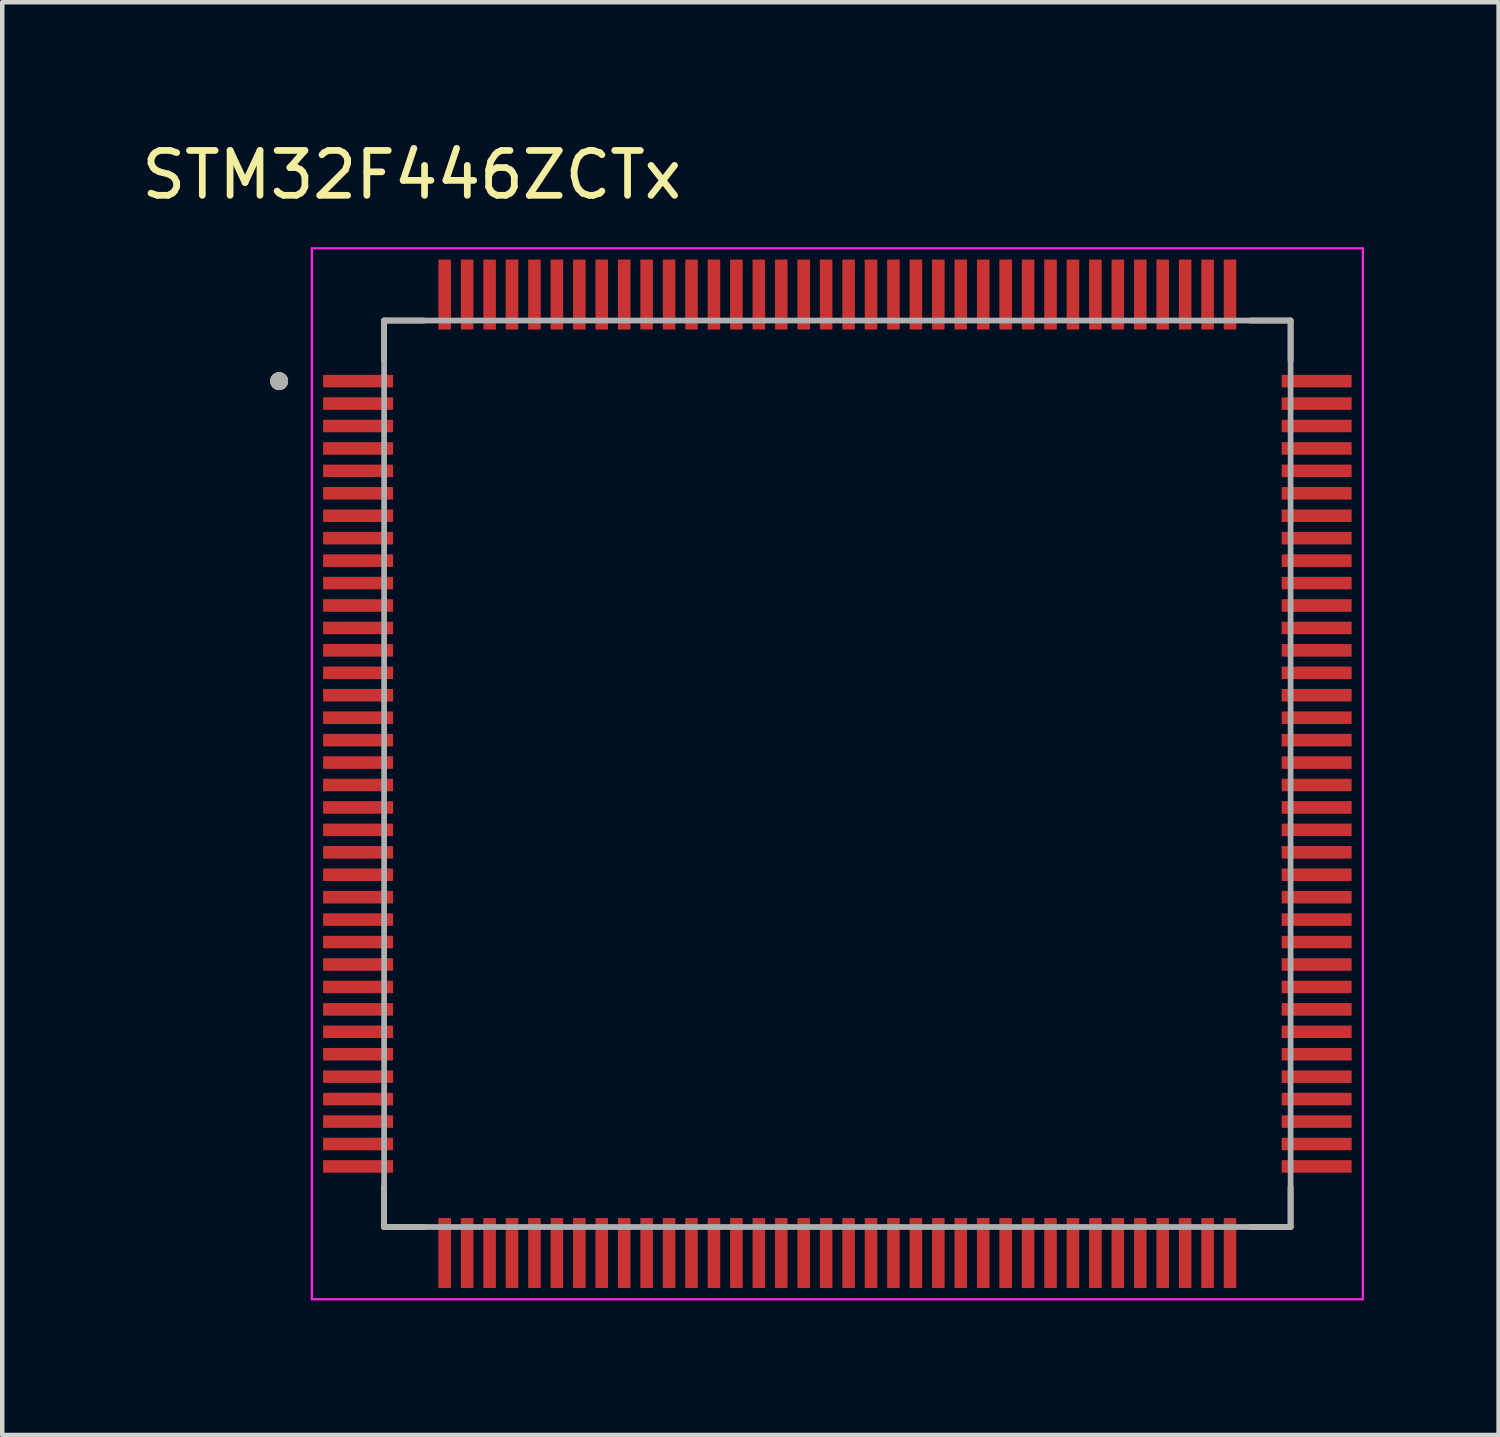
<source format=kicad_pcb>
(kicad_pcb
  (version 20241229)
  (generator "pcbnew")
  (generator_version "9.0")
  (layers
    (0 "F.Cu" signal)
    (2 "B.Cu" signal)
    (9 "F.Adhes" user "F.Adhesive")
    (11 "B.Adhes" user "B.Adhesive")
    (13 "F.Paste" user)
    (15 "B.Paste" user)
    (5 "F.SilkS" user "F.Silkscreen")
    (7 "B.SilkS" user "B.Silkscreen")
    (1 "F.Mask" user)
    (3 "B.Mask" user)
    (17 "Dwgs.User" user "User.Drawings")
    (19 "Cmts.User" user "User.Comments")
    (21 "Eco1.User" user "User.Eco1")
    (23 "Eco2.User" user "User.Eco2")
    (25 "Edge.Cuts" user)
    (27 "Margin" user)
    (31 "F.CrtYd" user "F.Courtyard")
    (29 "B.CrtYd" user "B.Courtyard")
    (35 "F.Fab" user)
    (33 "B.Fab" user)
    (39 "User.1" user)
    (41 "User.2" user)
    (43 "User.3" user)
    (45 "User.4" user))
  (footprint "STM32F446ZCTx"
    (layer "F.Cu")
    (at 15.61 14.193)
    (property "Reference" "STM32F446ZCTx" (at -9.485 -13.345 0) (layer "F.SilkS") (effects (font (size 1 1) (thickness 0.15))))
    (attr through_hole)
    (fp_line (start -10.1 -10.1) (end -10.1 -9.21) (stroke (width 0.127) (type solid)) (layer "F.SilkS"))
    (fp_line (start -10.1 -10.1) (end -9.21 -10.1) (stroke (width 0.127) (type solid)) (layer "F.SilkS"))
    (fp_line (start -10.1 10.1) (end -10.1 9.21) (stroke (width 0.127) (type solid)) (layer "F.SilkS"))
    (fp_line (start -10.1 10.1) (end -9.21 10.1) (stroke (width 0.127) (type solid)) (layer "F.SilkS"))
    (fp_line (start 10.1 -10.1) (end 9.21 -10.1) (stroke (width 0.127) (type solid)) (layer "F.SilkS"))
    (fp_line (start 10.1 -10.1) (end 10.1 -9.21) (stroke (width 0.127) (type solid)) (layer "F.SilkS"))
    (fp_line (start 10.1 10.1) (end 9.21 10.1) (stroke (width 0.127) (type solid)) (layer "F.SilkS"))
    (fp_line (start 10.1 10.1) (end 10.1 9.21) (stroke (width 0.127) (type solid)) (layer "F.SilkS"))
    (fp_circle (center -12.44 -8.75) (end -12.34 -8.75) (stroke (width 0.2) (type solid)) (fill no) (layer "F.SilkS"))
    (fp_line (start -11.71 -11.71) (end 11.71 -11.71) (stroke (width 0.05) (type solid)) (layer "F.CrtYd"))
    (fp_line (start -11.71 11.71) (end -11.71 -11.71) (stroke (width 0.05) (type solid)) (layer "F.CrtYd"))
    (fp_line (start -11.71 11.71) (end 11.71 11.71) (stroke (width 0.05) (type solid)) (layer "F.CrtYd"))
    (fp_line (start 11.71 11.71) (end 11.71 -11.71) (stroke (width 0.05) (type solid)) (layer "F.CrtYd"))
    (fp_line (start -10.1 10.1) (end -10.1 -10.1) (stroke (width 0.127) (type solid)) (layer "F.Fab"))
    (fp_line (start 10.1 -10.1) (end -10.1 -10.1) (stroke (width 0.127) (type solid)) (layer "F.Fab"))
    (fp_line (start 10.1 10.1) (end -10.1 10.1) (stroke (width 0.127) (type solid)) (layer "F.Fab"))
    (fp_line (start 10.1 10.1) (end 10.1 -10.1) (stroke (width 0.127) (type solid)) (layer "F.Fab"))
    (fp_circle (center -12.44 -8.75) (end -12.34 -8.75) (stroke (width 0.2) (type solid)) (fill no) (layer "F.Fab"))
    (pad "1" smd roundrect (at -10.68 -8.75) (size 1.56 0.28) (layers "F.Cu" "F.Mask" "F.Paste") (roundrect_rratio 0.04))
    (pad "2" smd roundrect (at -10.68 -8.25) (size 1.56 0.28) (layers "F.Cu" "F.Mask" "F.Paste") (roundrect_rratio 0.04))
    (pad "3" smd roundrect (at -10.68 -7.75) (size 1.56 0.28) (layers "F.Cu" "F.Mask" "F.Paste") (roundrect_rratio 0.04))
    (pad "4" smd roundrect (at -10.68 -7.25) (size 1.56 0.28) (layers "F.Cu" "F.Mask" "F.Paste") (roundrect_rratio 0.04))
    (pad "5" smd roundrect (at -10.68 -6.75) (size 1.56 0.28) (layers "F.Cu" "F.Mask" "F.Paste") (roundrect_rratio 0.04))
    (pad "6" smd roundrect (at -10.68 -6.25) (size 1.56 0.28) (layers "F.Cu" "F.Mask" "F.Paste") (roundrect_rratio 0.04))
    (pad "7" smd roundrect (at -10.68 -5.75) (size 1.56 0.28) (layers "F.Cu" "F.Mask" "F.Paste") (roundrect_rratio 0.04))
    (pad "8" smd roundrect (at -10.68 -5.25) (size 1.56 0.28) (layers "F.Cu" "F.Mask" "F.Paste") (roundrect_rratio 0.04))
    (pad "9" smd roundrect (at -10.68 -4.75) (size 1.56 0.28) (layers "F.Cu" "F.Mask" "F.Paste") (roundrect_rratio 0.04))
    (pad "10" smd roundrect (at -10.68 -4.25) (size 1.56 0.28) (layers "F.Cu" "F.Mask" "F.Paste") (roundrect_rratio 0.04))
    (pad "11" smd roundrect (at -10.68 -3.75) (size 1.56 0.28) (layers "F.Cu" "F.Mask" "F.Paste") (roundrect_rratio 0.04))
    (pad "12" smd roundrect (at -10.68 -3.25) (size 1.56 0.28) (layers "F.Cu" "F.Mask" "F.Paste") (roundrect_rratio 0.04))
    (pad "13" smd roundrect (at -10.68 -2.75) (size 1.56 0.28) (layers "F.Cu" "F.Mask" "F.Paste") (roundrect_rratio 0.04))
    (pad "14" smd roundrect (at -10.68 -2.25) (size 1.56 0.28) (layers "F.Cu" "F.Mask" "F.Paste") (roundrect_rratio 0.04))
    (pad "15" smd roundrect (at -10.68 -1.75) (size 1.56 0.28) (layers "F.Cu" "F.Mask" "F.Paste") (roundrect_rratio 0.04))
    (pad "16" smd roundrect (at -10.68 -1.25) (size 1.56 0.28) (layers "F.Cu" "F.Mask" "F.Paste") (roundrect_rratio 0.04))
    (pad "17" smd roundrect (at -10.68 -0.75) (size 1.56 0.28) (layers "F.Cu" "F.Mask" "F.Paste") (roundrect_rratio 0.04))
    (pad "18" smd roundrect (at -10.68 -0.25) (size 1.56 0.28) (layers "F.Cu" "F.Mask" "F.Paste") (roundrect_rratio 0.04))
    (pad "19" smd roundrect (at -10.68 0.25) (size 1.56 0.28) (layers "F.Cu" "F.Mask" "F.Paste") (roundrect_rratio 0.04))
    (pad "20" smd roundrect (at -10.68 0.75) (size 1.56 0.28) (layers "F.Cu" "F.Mask" "F.Paste") (roundrect_rratio 0.04))
    (pad "21" smd roundrect (at -10.68 1.25) (size 1.56 0.28) (layers "F.Cu" "F.Mask" "F.Paste") (roundrect_rratio 0.04))
    (pad "22" smd roundrect (at -10.68 1.75) (size 1.56 0.28) (layers "F.Cu" "F.Mask" "F.Paste") (roundrect_rratio 0.04))
    (pad "23" smd roundrect (at -10.68 2.25) (size 1.56 0.28) (layers "F.Cu" "F.Mask" "F.Paste") (roundrect_rratio 0.04))
    (pad "24" smd roundrect (at -10.68 2.75) (size 1.56 0.28) (layers "F.Cu" "F.Mask" "F.Paste") (roundrect_rratio 0.04))
    (pad "25" smd roundrect (at -10.68 3.25) (size 1.56 0.28) (layers "F.Cu" "F.Mask" "F.Paste") (roundrect_rratio 0.04))
    (pad "26" smd roundrect (at -10.68 3.75) (size 1.56 0.28) (layers "F.Cu" "F.Mask" "F.Paste") (roundrect_rratio 0.04))
    (pad "27" smd roundrect (at -10.68 4.25) (size 1.56 0.28) (layers "F.Cu" "F.Mask" "F.Paste") (roundrect_rratio 0.04))
    (pad "28" smd roundrect (at -10.68 4.75) (size 1.56 0.28) (layers "F.Cu" "F.Mask" "F.Paste") (roundrect_rratio 0.04))
    (pad "29" smd roundrect (at -10.68 5.25) (size 1.56 0.28) (layers "F.Cu" "F.Mask" "F.Paste") (roundrect_rratio 0.04))
    (pad "30" smd roundrect (at -10.68 5.75) (size 1.56 0.28) (layers "F.Cu" "F.Mask" "F.Paste") (roundrect_rratio 0.04))
    (pad "31" smd roundrect (at -10.68 6.25) (size 1.56 0.28) (layers "F.Cu" "F.Mask" "F.Paste") (roundrect_rratio 0.04))
    (pad "32" smd roundrect (at -10.68 6.75) (size 1.56 0.28) (layers "F.Cu" "F.Mask" "F.Paste") (roundrect_rratio 0.04))
    (pad "33" smd roundrect (at -10.68 7.25) (size 1.56 0.28) (layers "F.Cu" "F.Mask" "F.Paste") (roundrect_rratio 0.04))
    (pad "34" smd roundrect (at -10.68 7.75) (size 1.56 0.28) (layers "F.Cu" "F.Mask" "F.Paste") (roundrect_rratio 0.04))
    (pad "35" smd roundrect (at -10.68 8.25) (size 1.56 0.28) (layers "F.Cu" "F.Mask" "F.Paste") (roundrect_rratio 0.04))
    (pad "36" smd roundrect (at -10.68 8.75) (size 1.56 0.28) (layers "F.Cu" "F.Mask" "F.Paste") (roundrect_rratio 0.04))
    (pad "37" smd roundrect (at -8.75 10.68 90) (size 1.56 0.28) (layers "F.Cu" "F.Mask" "F.Paste") (roundrect_rratio 0.04))
    (pad "38" smd roundrect (at -8.25 10.68 90) (size 1.56 0.28) (layers "F.Cu" "F.Mask" "F.Paste") (roundrect_rratio 0.04))
    (pad "39" smd roundrect (at -7.75 10.68 90) (size 1.56 0.28) (layers "F.Cu" "F.Mask" "F.Paste") (roundrect_rratio 0.04))
    (pad "40" smd roundrect (at -7.25 10.68 90) (size 1.56 0.28) (layers "F.Cu" "F.Mask" "F.Paste") (roundrect_rratio 0.04))
    (pad "41" smd roundrect (at -6.75 10.68 90) (size 1.56 0.28) (layers "F.Cu" "F.Mask" "F.Paste") (roundrect_rratio 0.04))
    (pad "42" smd roundrect (at -6.25 10.68 90) (size 1.56 0.28) (layers "F.Cu" "F.Mask" "F.Paste") (roundrect_rratio 0.04))
    (pad "43" smd roundrect (at -5.75 10.68 90) (size 1.56 0.28) (layers "F.Cu" "F.Mask" "F.Paste") (roundrect_rratio 0.04))
    (pad "44" smd roundrect (at -5.25 10.68 90) (size 1.56 0.28) (layers "F.Cu" "F.Mask" "F.Paste") (roundrect_rratio 0.04))
    (pad "45" smd roundrect (at -4.75 10.68 90) (size 1.56 0.28) (layers "F.Cu" "F.Mask" "F.Paste") (roundrect_rratio 0.04))
    (pad "46" smd roundrect (at -4.25 10.68 90) (size 1.56 0.28) (layers "F.Cu" "F.Mask" "F.Paste") (roundrect_rratio 0.04))
    (pad "47" smd roundrect (at -3.75 10.68 90) (size 1.56 0.28) (layers "F.Cu" "F.Mask" "F.Paste") (roundrect_rratio 0.04))
    (pad "48" smd roundrect (at -3.25 10.68 90) (size 1.56 0.28) (layers "F.Cu" "F.Mask" "F.Paste") (roundrect_rratio 0.04))
    (pad "49" smd roundrect (at -2.75 10.68 90) (size 1.56 0.28) (layers "F.Cu" "F.Mask" "F.Paste") (roundrect_rratio 0.04))
    (pad "50" smd roundrect (at -2.25 10.68 90) (size 1.56 0.28) (layers "F.Cu" "F.Mask" "F.Paste") (roundrect_rratio 0.04))
    (pad "51" smd roundrect (at -1.75 10.68 90) (size 1.56 0.28) (layers "F.Cu" "F.Mask" "F.Paste") (roundrect_rratio 0.04))
    (pad "52" smd roundrect (at -1.25 10.68 90) (size 1.56 0.28) (layers "F.Cu" "F.Mask" "F.Paste") (roundrect_rratio 0.04))
    (pad "53" smd roundrect (at -0.75 10.68 90) (size 1.56 0.28) (layers "F.Cu" "F.Mask" "F.Paste") (roundrect_rratio 0.04))
    (pad "54" smd roundrect (at -0.25 10.68 90) (size 1.56 0.28) (layers "F.Cu" "F.Mask" "F.Paste") (roundrect_rratio 0.04))
    (pad "55" smd roundrect (at 0.25 10.68 90) (size 1.56 0.28) (layers "F.Cu" "F.Mask" "F.Paste") (roundrect_rratio 0.04))
    (pad "56" smd roundrect (at 0.75 10.68 90) (size 1.56 0.28) (layers "F.Cu" "F.Mask" "F.Paste") (roundrect_rratio 0.04))
    (pad "57" smd roundrect (at 1.25 10.68 90) (size 1.56 0.28) (layers "F.Cu" "F.Mask" "F.Paste") (roundrect_rratio 0.04))
    (pad "58" smd roundrect (at 1.75 10.68 90) (size 1.56 0.28) (layers "F.Cu" "F.Mask" "F.Paste") (roundrect_rratio 0.04))
    (pad "59" smd roundrect (at 2.25 10.68 90) (size 1.56 0.28) (layers "F.Cu" "F.Mask" "F.Paste") (roundrect_rratio 0.04))
    (pad "60" smd roundrect (at 2.75 10.68 90) (size 1.56 0.28) (layers "F.Cu" "F.Mask" "F.Paste") (roundrect_rratio 0.04))
    (pad "61" smd roundrect (at 3.25 10.68 90) (size 1.56 0.28) (layers "F.Cu" "F.Mask" "F.Paste") (roundrect_rratio 0.04))
    (pad "62" smd roundrect (at 3.75 10.68 90) (size 1.56 0.28) (layers "F.Cu" "F.Mask" "F.Paste") (roundrect_rratio 0.04))
    (pad "63" smd roundrect (at 4.25 10.68 90) (size 1.56 0.28) (layers "F.Cu" "F.Mask" "F.Paste") (roundrect_rratio 0.04))
    (pad "64" smd roundrect (at 4.75 10.68 90) (size 1.56 0.28) (layers "F.Cu" "F.Mask" "F.Paste") (roundrect_rratio 0.04))
    (pad "65" smd roundrect (at 5.25 10.68 90) (size 1.56 0.28) (layers "F.Cu" "F.Mask" "F.Paste") (roundrect_rratio 0.04))
    (pad "66" smd roundrect (at 5.75 10.68 90) (size 1.56 0.28) (layers "F.Cu" "F.Mask" "F.Paste") (roundrect_rratio 0.04))
    (pad "67" smd roundrect (at 6.25 10.68 90) (size 1.56 0.28) (layers "F.Cu" "F.Mask" "F.Paste") (roundrect_rratio 0.04))
    (pad "68" smd roundrect (at 6.75 10.68 90) (size 1.56 0.28) (layers "F.Cu" "F.Mask" "F.Paste") (roundrect_rratio 0.04))
    (pad "69" smd roundrect (at 7.25 10.68 90) (size 1.56 0.28) (layers "F.Cu" "F.Mask" "F.Paste") (roundrect_rratio 0.04))
    (pad "70" smd roundrect (at 7.75 10.68 90) (size 1.56 0.28) (layers "F.Cu" "F.Mask" "F.Paste") (roundrect_rratio 0.04))
    (pad "71" smd roundrect (at 8.25 10.68 90) (size 1.56 0.28) (layers "F.Cu" "F.Mask" "F.Paste") (roundrect_rratio 0.04))
    (pad "72" smd roundrect (at 8.75 10.68 90) (size 1.56 0.28) (layers "F.Cu" "F.Mask" "F.Paste") (roundrect_rratio 0.04))
    (pad "73" smd roundrect (at 10.68 8.75) (size 1.56 0.28) (layers "F.Cu" "F.Mask" "F.Paste") (roundrect_rratio 0.04))
    (pad "74" smd roundrect (at 10.68 8.25) (size 1.56 0.28) (layers "F.Cu" "F.Mask" "F.Paste") (roundrect_rratio 0.04))
    (pad "75" smd roundrect (at 10.68 7.75) (size 1.56 0.28) (layers "F.Cu" "F.Mask" "F.Paste") (roundrect_rratio 0.04))
    (pad "76" smd roundrect (at 10.68 7.25) (size 1.56 0.28) (layers "F.Cu" "F.Mask" "F.Paste") (roundrect_rratio 0.04))
    (pad "77" smd roundrect (at 10.68 6.75) (size 1.56 0.28) (layers "F.Cu" "F.Mask" "F.Paste") (roundrect_rratio 0.04))
    (pad "78" smd roundrect (at 10.68 6.25) (size 1.56 0.28) (layers "F.Cu" "F.Mask" "F.Paste") (roundrect_rratio 0.04))
    (pad "79" smd roundrect (at 10.68 5.75) (size 1.56 0.28) (layers "F.Cu" "F.Mask" "F.Paste") (roundrect_rratio 0.04))
    (pad "80" smd roundrect (at 10.68 5.25) (size 1.56 0.28) (layers "F.Cu" "F.Mask" "F.Paste") (roundrect_rratio 0.04))
    (pad "81" smd roundrect (at 10.68 4.75) (size 1.56 0.28) (layers "F.Cu" "F.Mask" "F.Paste") (roundrect_rratio 0.04))
    (pad "82" smd roundrect (at 10.68 4.25) (size 1.56 0.28) (layers "F.Cu" "F.Mask" "F.Paste") (roundrect_rratio 0.04))
    (pad "83" smd roundrect (at 10.68 3.75) (size 1.56 0.28) (layers "F.Cu" "F.Mask" "F.Paste") (roundrect_rratio 0.04))
    (pad "84" smd roundrect (at 10.68 3.25) (size 1.56 0.28) (layers "F.Cu" "F.Mask" "F.Paste") (roundrect_rratio 0.04))
    (pad "85" smd roundrect (at 10.68 2.75) (size 1.56 0.28) (layers "F.Cu" "F.Mask" "F.Paste") (roundrect_rratio 0.04))
    (pad "86" smd roundrect (at 10.68 2.25) (size 1.56 0.28) (layers "F.Cu" "F.Mask" "F.Paste") (roundrect_rratio 0.04))
    (pad "87" smd roundrect (at 10.68 1.75) (size 1.56 0.28) (layers "F.Cu" "F.Mask" "F.Paste") (roundrect_rratio 0.04))
    (pad "88" smd roundrect (at 10.68 1.25) (size 1.56 0.28) (layers "F.Cu" "F.Mask" "F.Paste") (roundrect_rratio 0.04))
    (pad "89" smd roundrect (at 10.68 0.75) (size 1.56 0.28) (layers "F.Cu" "F.Mask" "F.Paste") (roundrect_rratio 0.04))
    (pad "90" smd roundrect (at 10.68 0.25) (size 1.56 0.28) (layers "F.Cu" "F.Mask" "F.Paste") (roundrect_rratio 0.04))
    (pad "91" smd roundrect (at 10.68 -0.25) (size 1.56 0.28) (layers "F.Cu" "F.Mask" "F.Paste") (roundrect_rratio 0.04))
    (pad "92" smd roundrect (at 10.68 -0.75) (size 1.56 0.28) (layers "F.Cu" "F.Mask" "F.Paste") (roundrect_rratio 0.04))
    (pad "93" smd roundrect (at 10.68 -1.25) (size 1.56 0.28) (layers "F.Cu" "F.Mask" "F.Paste") (roundrect_rratio 0.04))
    (pad "94" smd roundrect (at 10.68 -1.75) (size 1.56 0.28) (layers "F.Cu" "F.Mask" "F.Paste") (roundrect_rratio 0.04))
    (pad "95" smd roundrect (at 10.68 -2.25) (size 1.56 0.28) (layers "F.Cu" "F.Mask" "F.Paste") (roundrect_rratio 0.04))
    (pad "96" smd roundrect (at 10.68 -2.75) (size 1.56 0.28) (layers "F.Cu" "F.Mask" "F.Paste") (roundrect_rratio 0.04))
    (pad "97" smd roundrect (at 10.68 -3.25) (size 1.56 0.28) (layers "F.Cu" "F.Mask" "F.Paste") (roundrect_rratio 0.04))
    (pad "98" smd roundrect (at 10.68 -3.75) (size 1.56 0.28) (layers "F.Cu" "F.Mask" "F.Paste") (roundrect_rratio 0.04))
    (pad "99" smd roundrect (at 10.68 -4.25) (size 1.56 0.28) (layers "F.Cu" "F.Mask" "F.Paste") (roundrect_rratio 0.04))
    (pad "100" smd roundrect (at 10.68 -4.75) (size 1.56 0.28) (layers "F.Cu" "F.Mask" "F.Paste") (roundrect_rratio 0.04))
    (pad "101" smd roundrect (at 10.68 -5.25) (size 1.56 0.28) (layers "F.Cu" "F.Mask" "F.Paste") (roundrect_rratio 0.04))
    (pad "102" smd roundrect (at 10.68 -5.75) (size 1.56 0.28) (layers "F.Cu" "F.Mask" "F.Paste") (roundrect_rratio 0.04))
    (pad "103" smd roundrect (at 10.68 -6.25) (size 1.56 0.28) (layers "F.Cu" "F.Mask" "F.Paste") (roundrect_rratio 0.04))
    (pad "104" smd roundrect (at 10.68 -6.75) (size 1.56 0.28) (layers "F.Cu" "F.Mask" "F.Paste") (roundrect_rratio 0.04))
    (pad "105" smd roundrect (at 10.68 -7.25) (size 1.56 0.28) (layers "F.Cu" "F.Mask" "F.Paste") (roundrect_rratio 0.04))
    (pad "106" smd roundrect (at 10.68 -7.75) (size 1.56 0.28) (layers "F.Cu" "F.Mask" "F.Paste") (roundrect_rratio 0.04))
    (pad "107" smd roundrect (at 10.68 -8.25) (size 1.56 0.28) (layers "F.Cu" "F.Mask" "F.Paste") (roundrect_rratio 0.04))
    (pad "108" smd roundrect (at 10.68 -8.75) (size 1.56 0.28) (layers "F.Cu" "F.Mask" "F.Paste") (roundrect_rratio 0.04))
    (pad "109" smd roundrect (at 8.75 -10.68 90) (size 1.56 0.28) (layers "F.Cu" "F.Mask" "F.Paste") (roundrect_rratio 0.04))
    (pad "110" smd roundrect (at 8.25 -10.68 90) (size 1.56 0.28) (layers "F.Cu" "F.Mask" "F.Paste") (roundrect_rratio 0.04))
    (pad "111" smd roundrect (at 7.75 -10.68 90) (size 1.56 0.28) (layers "F.Cu" "F.Mask" "F.Paste") (roundrect_rratio 0.04))
    (pad "112" smd roundrect (at 7.25 -10.68 90) (size 1.56 0.28) (layers "F.Cu" "F.Mask" "F.Paste") (roundrect_rratio 0.04))
    (pad "113" smd roundrect (at 6.75 -10.68 90) (size 1.56 0.28) (layers "F.Cu" "F.Mask" "F.Paste") (roundrect_rratio 0.04))
    (pad "114" smd roundrect (at 6.25 -10.68 90) (size 1.56 0.28) (layers "F.Cu" "F.Mask" "F.Paste") (roundrect_rratio 0.04))
    (pad "115" smd roundrect (at 5.75 -10.68 90) (size 1.56 0.28) (layers "F.Cu" "F.Mask" "F.Paste") (roundrect_rratio 0.04))
    (pad "116" smd roundrect (at 5.25 -10.68 90) (size 1.56 0.28) (layers "F.Cu" "F.Mask" "F.Paste") (roundrect_rratio 0.04))
    (pad "117" smd roundrect (at 4.75 -10.68 90) (size 1.56 0.28) (layers "F.Cu" "F.Mask" "F.Paste") (roundrect_rratio 0.04))
    (pad "118" smd roundrect (at 4.25 -10.68 90) (size 1.56 0.28) (layers "F.Cu" "F.Mask" "F.Paste") (roundrect_rratio 0.04))
    (pad "119" smd roundrect (at 3.75 -10.68 90) (size 1.56 0.28) (layers "F.Cu" "F.Mask" "F.Paste") (roundrect_rratio 0.04))
    (pad "120" smd roundrect (at 3.25 -10.68 90) (size 1.56 0.28) (layers "F.Cu" "F.Mask" "F.Paste") (roundrect_rratio 0.04))
    (pad "121" smd roundrect (at 2.75 -10.68 90) (size 1.56 0.28) (layers "F.Cu" "F.Mask" "F.Paste") (roundrect_rratio 0.04))
    (pad "122" smd roundrect (at 2.25 -10.68 90) (size 1.56 0.28) (layers "F.Cu" "F.Mask" "F.Paste") (roundrect_rratio 0.04))
    (pad "123" smd roundrect (at 1.75 -10.68 90) (size 1.56 0.28) (layers "F.Cu" "F.Mask" "F.Paste") (roundrect_rratio 0.04))
    (pad "124" smd roundrect (at 1.25 -10.68 90) (size 1.56 0.28) (layers "F.Cu" "F.Mask" "F.Paste") (roundrect_rratio 0.04))
    (pad "125" smd roundrect (at 0.75 -10.68 90) (size 1.56 0.28) (layers "F.Cu" "F.Mask" "F.Paste") (roundrect_rratio 0.04))
    (pad "126" smd roundrect (at 0.25 -10.68 90) (size 1.56 0.28) (layers "F.Cu" "F.Mask" "F.Paste") (roundrect_rratio 0.04))
    (pad "127" smd roundrect (at -0.25 -10.68 90) (size 1.56 0.28) (layers "F.Cu" "F.Mask" "F.Paste") (roundrect_rratio 0.04))
    (pad "128" smd roundrect (at -0.75 -10.68 90) (size 1.56 0.28) (layers "F.Cu" "F.Mask" "F.Paste") (roundrect_rratio 0.04))
    (pad "129" smd roundrect (at -1.25 -10.68 90) (size 1.56 0.28) (layers "F.Cu" "F.Mask" "F.Paste") (roundrect_rratio 0.04))
    (pad "130" smd roundrect (at -1.75 -10.68 90) (size 1.56 0.28) (layers "F.Cu" "F.Mask" "F.Paste") (roundrect_rratio 0.04))
    (pad "131" smd roundrect (at -2.25 -10.68 90) (size 1.56 0.28) (layers "F.Cu" "F.Mask" "F.Paste") (roundrect_rratio 0.04))
    (pad "132" smd roundrect (at -2.75 -10.68 90) (size 1.56 0.28) (layers "F.Cu" "F.Mask" "F.Paste") (roundrect_rratio 0.04))
    (pad "133" smd roundrect (at -3.25 -10.68 90) (size 1.56 0.28) (layers "F.Cu" "F.Mask" "F.Paste") (roundrect_rratio 0.04))
    (pad "134" smd roundrect (at -3.75 -10.68 90) (size 1.56 0.28) (layers "F.Cu" "F.Mask" "F.Paste") (roundrect_rratio 0.04))
    (pad "135" smd roundrect (at -4.25 -10.68 90) (size 1.56 0.28) (layers "F.Cu" "F.Mask" "F.Paste") (roundrect_rratio 0.04))
    (pad "136" smd roundrect (at -4.75 -10.68 90) (size 1.56 0.28) (layers "F.Cu" "F.Mask" "F.Paste") (roundrect_rratio 0.04))
    (pad "137" smd roundrect (at -5.25 -10.68 90) (size 1.56 0.28) (layers "F.Cu" "F.Mask" "F.Paste") (roundrect_rratio 0.04))
    (pad "138" smd roundrect (at -5.75 -10.68 90) (size 1.56 0.28) (layers "F.Cu" "F.Mask" "F.Paste") (roundrect_rratio 0.04))
    (pad "139" smd roundrect (at -6.25 -10.68 90) (size 1.56 0.28) (layers "F.Cu" "F.Mask" "F.Paste") (roundrect_rratio 0.04))
    (pad "140" smd roundrect (at -6.75 -10.68 90) (size 1.56 0.28) (layers "F.Cu" "F.Mask" "F.Paste") (roundrect_rratio 0.04))
    (pad "141" smd roundrect (at -7.25 -10.68 90) (size 1.56 0.28) (layers "F.Cu" "F.Mask" "F.Paste") (roundrect_rratio 0.04))
    (pad "142" smd roundrect (at -7.75 -10.68 90) (size 1.56 0.28) (layers "F.Cu" "F.Mask" "F.Paste") (roundrect_rratio 0.04))
    (pad "143" smd roundrect (at -8.25 -10.68 90) (size 1.56 0.28) (layers "F.Cu" "F.Mask" "F.Paste") (roundrect_rratio 0.04))
    (pad "144" smd roundrect (at -8.75 -10.68 90) (size 1.56 0.28) (layers "F.Cu" "F.Mask" "F.Paste") (roundrect_rratio 0.04)))
  (gr_rect
    (start -3 -3)
    (end 30.345 28.928)
    (stroke (width 0.1) (type default))
    (fill no)
    (layer "Edge.Cuts")))
</source>
